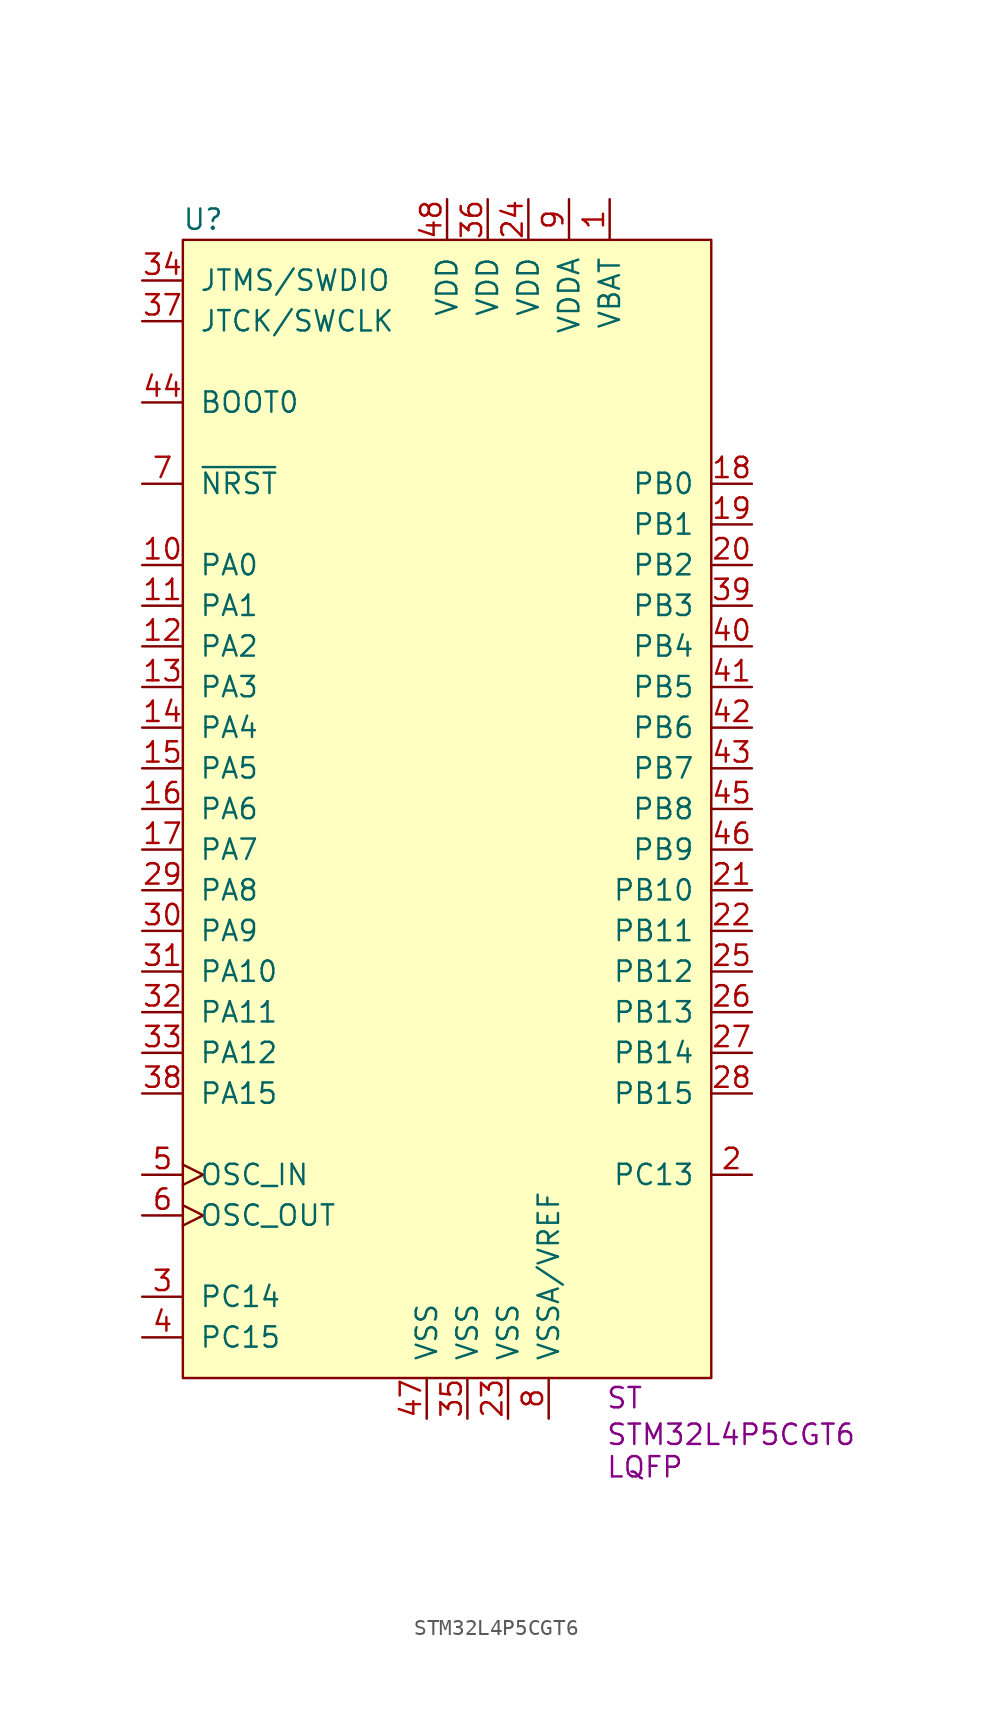
<source format=kicad_sym>
(kicad_symbol_lib
  (version 20231120)
  (generator "kicad_symbol_editor")
  (generator_version "8.0")
  (symbol "STM32L4P5CGT6"
    (pin_names
      (offset 1.016))
    (property "Reference" "U"
      (at -15.24 38.1 0)
      (effects (font (size 1.27 1.27))))
    (property "Manufacturer" "ST"
      (at 9.906 -34.798 0)
      (effects (font (size 1.27 1.27)) (justify left top)))
    (property "MPN" "STM32L4P5CGT6"
      (at 9.906 -37.084 0)
      (effects (font (size 1.27 1.27)) (justify left top)))
    (property "Package" "LQFP"
      (at 9.906 -39.116 0)
      (effects (font (size 1.27 1.27)) (justify left top)))
    (symbol "STM32L4P5CGT6_0_0"
      (pin power_in line (at 10.16 39.37 270) (length 2.54) (name "VBAT" (effects (font (size 1.27 1.27)))) (number "1" (effects (font (size 1.27 1.27)))))
      (pin bidirectional line (at -19.05 11.43 0) (length 2.54) (name "PA2" (effects (font (size 1.27 1.27)))) (number "12" (effects (font (size 1.27 1.27)))))
      (pin bidirectional line (at -19.05 8.89 0) (length 2.54) (name "PA3" (effects (font (size 1.27 1.27)))) (number "13" (effects (font (size 1.27 1.27)))))
      (pin bidirectional line (at -19.05 6.35 0) (length 2.54) (name "PA4" (effects (font (size 1.27 1.27)))) (number "14" (effects (font (size 1.27 1.27)))))
      (pin bidirectional line (at -19.05 3.81 0) (length 2.54) (name "PA5" (effects (font (size 1.27 1.27)))) (number "15" (effects (font (size 1.27 1.27)))))
      (pin bidirectional line (at -19.05 1.27 0) (length 2.54) (name "PA6" (effects (font (size 1.27 1.27)))) (number "16" (effects (font (size 1.27 1.27)))))
      (pin bidirectional line (at -19.05 -1.27 0) (length 2.54) (name "PA7" (effects (font (size 1.27 1.27)))) (number "17" (effects (font (size 1.27 1.27)))))
      (pin bidirectional line (at 19.05 21.59 180) (length 2.54) (name "PB0" (effects (font (size 1.27 1.27)))) (number "18" (effects (font (size 1.27 1.27)))))
      (pin bidirectional line (at 19.05 19.05 180) (length 2.54) (name "PB1" (effects (font (size 1.27 1.27)))) (number "19" (effects (font (size 1.27 1.27)))))
      (pin bidirectional line (at 19.05 16.51 180) (length 2.54) (name "PB2" (effects (font (size 1.27 1.27)))) (number "20" (effects (font (size 1.27 1.27)))))
      (pin bidirectional line (at 19.05 -3.81 180) (length 2.54) (name "PB10" (effects (font (size 1.27 1.27)))) (number "21" (effects (font (size 1.27 1.27)))))
      (pin bidirectional line (at 19.05 -6.35 180) (length 2.54) (name "PB11" (effects (font (size 1.27 1.27)))) (number "22" (effects (font (size 1.27 1.27)))))
      (pin power_in line (at 3.81 -36.83 90) (length 2.54) (name "VSS" (effects (font (size 1.27 1.27)))) (number "23" (effects (font (size 1.27 1.27)))))
      (pin power_in line (at 5.08 39.37 270) (length 2.54) (name "VDD" (effects (font (size 1.27 1.27)))) (number "24" (effects (font (size 1.27 1.27)))))
      (pin bidirectional line (at 19.05 -8.89 180) (length 2.54) (name "PB12" (effects (font (size 1.27 1.27)))) (number "25" (effects (font (size 1.27 1.27)))))
      (pin bidirectional line (at 19.05 -11.43 180) (length 2.54) (name "PB13" (effects (font (size 1.27 1.27)))) (number "26" (effects (font (size 1.27 1.27)))))
      (pin bidirectional line (at 19.05 -13.97 180) (length 2.54) (name "PB14" (effects (font (size 1.27 1.27)))) (number "27" (effects (font (size 1.27 1.27)))))
      (pin bidirectional line (at 19.05 -16.51 180) (length 2.54) (name "PB15" (effects (font (size 1.27 1.27)))) (number "28" (effects (font (size 1.27 1.27)))))
      (pin bidirectional line (at -19.05 -3.81 0) (length 2.54) (name "PA8" (effects (font (size 1.27 1.27)))) (number "29" (effects (font (size 1.27 1.27)))))
      (pin bidirectional line (at -19.05 -6.35 0) (length 2.54) (name "PA9" (effects (font (size 1.27 1.27)))) (number "30" (effects (font (size 1.27 1.27)))))
      (pin bidirectional line (at -19.05 -8.89 0) (length 2.54) (name "PA10" (effects (font (size 1.27 1.27)))) (number "31" (effects (font (size 1.27 1.27)))))
      (pin power_in line (at 1.27 -36.83 90) (length 2.54) (name "VSS" (effects (font (size 1.27 1.27)))) (number "35" (effects (font (size 1.27 1.27)))))
      (pin power_in line (at 2.54 39.37 270) (length 2.54) (name "VDD" (effects (font (size 1.27 1.27)))) (number "36" (effects (font (size 1.27 1.27)))))
      (pin power_in line (at -1.27 -36.83 90) (length 2.54) (name "VSS" (effects (font (size 1.27 1.27)))) (number "47" (effects (font (size 1.27 1.27)))))
      (pin power_in line (at 0 39.37 270) (length 2.54) (name "VDD" (effects (font (size 1.27 1.27)))) (number "48" (effects (font (size 1.27 1.27)))))
      (pin output line (at -19.05 21.59 0) (length 2.54) (name "~{NRST}" (effects (font (size 1.27 1.27)))) (number "7" (effects (font (size 1.27 1.27)))))
      (pin power_in line (at 6.35 -36.83 90) (length 2.54) (name "VSSA/VREF" (effects (font (size 1.27 1.27)))) (number "8" (effects (font (size 1.27 1.27)))))
      (pin power_in line (at 7.62 39.37 270) (length 2.54) (name "VDDA" (effects (font (size 1.27 1.27)))) (number "9" (effects (font (size 1.27 1.27))))))
    (symbol "STM32L4P5CGT6_0_1"
      (rectangle (start -16.51 36.83) (end 16.51 -34.29) (stroke (width 0) (type default)) (fill (type background))))
    (symbol "STM32L4P5CGT6_1_0"
      (pin bidirectional line (at -19.05 16.51 0) (length 2.54) (name "PA0" (effects (font (size 1.27 1.27)))) (number "10" (effects (font (size 1.27 1.27)))) (alternate "ADC12_IN5" bidirectional line) (alternate "OPAMP1_VINP" bidirectional line) (alternate "RTC_TAMP2" bidirectional line) (alternate "SAI1_EXTCLK" bidirectional line) (alternate "TIM2_CH1" bidirectional line) (alternate "TIM2_ETR" bidirectional line) (alternate "TIM5_CH1" bidirectional line) (alternate "TIM8_ETR" bidirectional line) (alternate "UART4_TX" output line) (alternate "USART2_CTS_NSS" bidirectional line) (alternate "WKUP1" bidirectional line))
      (pin bidirectional line (at -19.05 13.97 0) (length 2.54) (name "PA1" (effects (font (size 1.27 1.27)))) (number "11" (effects (font (size 1.27 1.27)))) (alternate "ADC12_IN6" input line) (alternate "I2C1_SMBA" bidirectional line) (alternate "OCTOSPIM_P1_DQS" bidirectional line) (alternate "OPAMP1_VINM" bidirectional line) (alternate "SDMMC2_CMD" bidirectional line) (alternate "TIM15_CH1N" input line) (alternate "TIM2_CH2" bidirectional line) (alternate "TIM5_CH2" bidirectional line) (alternate "UART4_RX" input line) (alternate "USART2_RTE_DE" bidirectional line))
      (pin bidirectional line (at 19.05 -21.59 180) (length 2.54) (name "PC13" (effects (font (size 1.27 1.27)))) (number "2" (effects (font (size 1.27 1.27)))) (alternate "RTC_Tamp1/RTC_TS/RTC_OUT" bidirectional line) (alternate "WKUP2" input line))
      (pin input line (at -19.05 -29.21 0) (length 2.54) (name "PC14" (effects (font (size 1.27 1.27)))) (number "3" (effects (font (size 1.27 1.27)))) (alternate "OSC32_IN" input line))
      (pin bidirectional line (at -19.05 -11.43 0) (length 2.54) (name "PA11" (effects (font (size 1.27 1.27)))) (number "32" (effects (font (size 1.27 1.27)))) (alternate "CAN1_RX" input line) (alternate "LCD_DE" bidirectional line) (alternate "OTG_FS_DM" bidirectional line) (alternate "SPI1_MISO" bidirectional line) (alternate "TIM1_BKIN2" bidirectional line) (alternate "TIM1_CH4" bidirectional line) (alternate "USART1_CTS_NSS" bidirectional line))
      (pin bidirectional line (at -19.05 -13.97 0) (length 2.54) (name "PA12" (effects (font (size 1.27 1.27)))) (number "33" (effects (font (size 1.27 1.27)))) (alternate "CAN1_TX" output line) (alternate "EVENTOUT" bidirectional line) (alternate "LCD_VSYNC" bidirectional line) (alternate "OCTOSPIM_P2_NCS" bidirectional line) (alternate "OTG_FS_DP" bidirectional line) (alternate "SPI1_MOSI" bidirectional line) (alternate "TIM1_ETR" bidirectional line) (alternate "USART1_RTS_DE" bidirectional line))
      (pin bidirectional line (at -19.05 34.29 0) (length 2.54) (name "JTMS/SWDIO" (effects (font (size 1.27 1.27)))) (number "34" (effects (font (size 1.27 1.27)))) (alternate "EVENTOUT" bidirectional line) (alternate "IR_OUT" output line) (alternate "OTG_FS_NOE" bidirectional line) (alternate "PA13" bidirectional line) (alternate "SAI1_SD_B" bidirectional line))
      (pin bidirectional line (at -19.05 31.75 0) (length 2.54) (name "JTCK/SWCLK" (effects (font (size 1.27 1.27)))) (number "37" (effects (font (size 1.27 1.27)))) (alternate "EVENTOUT" bidirectional line) (alternate "I2C1_SMBA" bidirectional line) (alternate "I2C4_SMBA" bidirectional line) (alternate "LPTIM1_OUT" output line) (alternate "OTG_FS_SOF" bidirectional line) (alternate "PA14" bidirectional line) (alternate "SAI1_FS_B" bidirectional line))
      (pin bidirectional line (at -19.05 -16.51 0) (length 2.54) (name "PA15" (effects (font (size 1.27 1.27)))) (number "38" (effects (font (size 1.27 1.27)))) (alternate "EVENTOUT" bidirectional line) (alternate "JTDI" bidirectional line) (alternate "LCD_HSYNC" bidirectional line) (alternate "SAI2_FS_B" bidirectional line) (alternate "SPI1_NSS" bidirectional line) (alternate "SPI3_NSS" bidirectional line) (alternate "TIM2_CH1" bidirectional line) (alternate "TIM2_ETR" bidirectional line) (alternate "TSC_G3_IO1" bidirectional line) (alternate "UART4_RTS_DE" bidirectional line) (alternate "USART2_RX" input line) (alternate "USART3_RTS_DE" bidirectional line))
      (pin bidirectional line (at 19.05 13.97 180) (length 2.54) (name "PB3" (effects (font (size 1.27 1.27)))) (number "39" (effects (font (size 1.27 1.27)))) (alternate "EVENTOUT" bidirectional line) (alternate "JTDO/TRACESWO" bidirectional line) (alternate "OCTOSPIM_P1_IO4" bidirectional line) (alternate "OTG_FS_CRS_SYNC" bidirectional line) (alternate "SAI1_SCK_B" bidirectional line) (alternate "SDMMC2_D2" bidirectional line) (alternate "SPI1_SCK" bidirectional line) (alternate "SPI3_SCK" bidirectional line) (alternate "TIM2_CH2" bidirectional line) (alternate "USART1_RTS_DE" bidirectional line))
      (pin bidirectional line (at -19.05 -31.75 0) (length 2.54) (name "PC15" (effects (font (size 1.27 1.27)))) (number "4" (effects (font (size 1.27 1.27)))) (alternate "OSC32_OUT" output line))
      (pin bidirectional line (at 19.05 11.43 180) (length 2.54) (name "PB4" (effects (font (size 1.27 1.27)))) (number "40" (effects (font (size 1.27 1.27)))) (alternate "DCMI_D12/PSSI_D12" bidirectional line) (alternate "EVENTOUT" bidirectional line) (alternate "I2C3_SDA" bidirectional line) (alternate "NJTRST" bidirectional line) (alternate "OCTOSPIM_P1_IO5" bidirectional line) (alternate "SAI1_MCLK_B" bidirectional line) (alternate "SDMMC2_D3" bidirectional line) (alternate "SPI1_MISO" bidirectional line) (alternate "SPI3_MISO" bidirectional line) (alternate "TIM17_BKIN" bidirectional line) (alternate "TIM3_CH1" bidirectional line) (alternate "TSC_G2_IO1" bidirectional line) (alternate "UART5_RTS_DE" bidirectional line) (alternate "USART1_CTS_NSS" bidirectional line))
      (pin bidirectional line (at 19.05 8.89 180) (length 2.54) (name "PB5" (effects (font (size 1.27 1.27)))) (number "41" (effects (font (size 1.27 1.27)))) (alternate "COMP2_OUT" bidirectional line) (alternate "DCMI_D10/PSSI_D10" bidirectional line) (alternate "EVENTOUT" bidirectional line) (alternate "I2C1_SMBA" bidirectional line) (alternate "LPTIM1_IN1" bidirectional line) (alternate "OCTOSPIM_P1_IO0" bidirectional line) (alternate "SAI1_SD_B" bidirectional line) (alternate "SPI1_MOSI" bidirectional line) (alternate "SPI3_MOSI" bidirectional line) (alternate "TIM16_BKIN" bidirectional line) (alternate "TIM3_CH2" bidirectional line) (alternate "TSC_G2_IO2" bidirectional line) (alternate "UART5_CTS" bidirectional line) (alternate "USART1_CK" bidirectional line))
      (pin bidirectional line (at 19.05 6.35 180) (length 2.54) (name "PB6" (effects (font (size 1.27 1.27)))) (number "42" (effects (font (size 1.27 1.27)))) (alternate "DCMI_D5/PSSI_D5" bidirectional line) (alternate "EVENTOUT" bidirectional line) (alternate "I2C1_SCL" bidirectional clock) (alternate "I2C4_SCL" bidirectional clock) (alternate "LCD_R6" bidirectional line) (alternate "LPTIM1_ETR" bidirectional line) (alternate "SAI1_FS_B" bidirectional line) (alternate "TIM16_CH1N" bidirectional line) (alternate "TIM4_CH1" bidirectional line) (alternate "TIM8_BKIN2" bidirectional line) (alternate "TSC_G2_IO3" bidirectional line) (alternate "USART1_TX" output line))
      (pin bidirectional line (at 19.05 3.81 180) (length 2.54) (name "PB7" (effects (font (size 1.27 1.27)))) (number "43" (effects (font (size 1.27 1.27)))) (alternate "DCMI_VSYNC/PSSI_ RDY" bidirectional line) (alternate "EVENTOUT" bidirectional line) (alternate "FMC_NL" bidirectional line) (alternate "I2C1_SDA" bidirectional line) (alternate "I2C4_SDA" bidirectional line) (alternate "LCD_VSYNC" no_connect line) (alternate "LPTIM1_IN2" input line) (alternate "TIM17_CH1N" bidirectional line) (alternate "TIM4_CH2" bidirectional line) (alternate "TIM8_BKIN" bidirectional line) (alternate "TSC_G2_IO4" bidirectional line) (alternate "UART4_CTS" bidirectional line) (alternate "USART1_RX" input line))
      (pin input line (at -19.05 26.67 0) (length 2.54) (name "BOOT0" (effects (font (size 1.27 1.27)))) (number "44" (effects (font (size 1.27 1.27)))) (alternate "EVENTOUT" output line))
      (pin bidirectional line (at 19.05 1.27 180) (length 2.54) (name "PB8" (effects (font (size 1.27 1.27)))) (number "45" (effects (font (size 1.27 1.27)))) (alternate "CAN1_RX" input line) (alternate "DCMI_D6/PSSI_D6" bidirectional line) (alternate "DFSDM1_CKOUT" output line) (alternate "EVENTOUT" output line) (alternate "I2C1_SCL" output line) (alternate "LCD_DE" bidirectional line) (alternate "SAI1_CK1" output line) (alternate "SAI1_MCLK_A" bidirectional line) (alternate "SDMMC1_CKIN" bidirectional line) (alternate "SDMMC1_D4" bidirectional line) (alternate "SDMMC2_D4" bidirectional line) (alternate "TIM16_CH1" bidirectional line) (alternate "TIM4_CH3" bidirectional line))
      (pin bidirectional line (at 19.05 -1.27 180) (length 2.54) (name "PB9" (effects (font (size 1.27 1.27)))) (number "46" (effects (font (size 1.27 1.27)))) (alternate "CAN1_TX" output line) (alternate "DCMI_D7/PSSI_D7" bidirectional line) (alternate "EVENTOUT" bidirectional line) (alternate "I2C1_SDA" bidirectional line) (alternate "IR_OUT" output line) (alternate "SAI1_D2" bidirectional line) (alternate "SAI1_FS_A" bidirectional line) (alternate "SDMMC1_CDIR" bidirectional line) (alternate "SDMMC1_D5" bidirectional line) (alternate "SDMMC2_D5" bidirectional line) (alternate "SPI2_NSS" bidirectional line) (alternate "TIM17_CH1" bidirectional line) (alternate "TIM4_CH4" bidirectional line))
      (pin input clock (at -19.05 -21.59 0) (length 2.54) (name "OSC_IN" (effects (font (size 1.27 1.27)))) (number "5" (effects (font (size 1.27 1.27)))))
      (pin output clock (at -19.05 -24.13 0) (length 2.54) (name "OSC_OUT" (effects (font (size 1.27 1.27)))) (number "6" (effects (font (size 1.27 1.27))))))))
</source>
